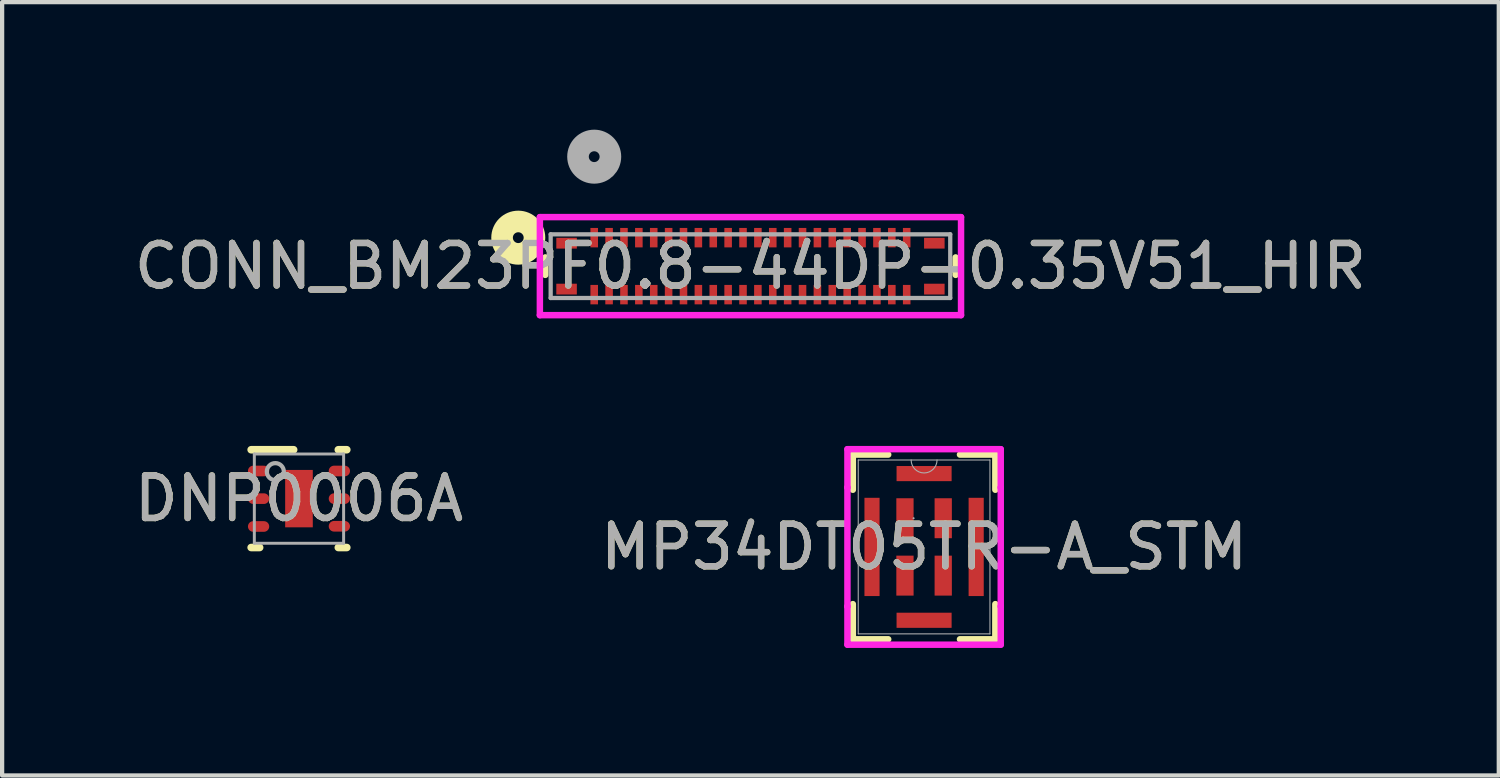
<source format=kicad_pcb>
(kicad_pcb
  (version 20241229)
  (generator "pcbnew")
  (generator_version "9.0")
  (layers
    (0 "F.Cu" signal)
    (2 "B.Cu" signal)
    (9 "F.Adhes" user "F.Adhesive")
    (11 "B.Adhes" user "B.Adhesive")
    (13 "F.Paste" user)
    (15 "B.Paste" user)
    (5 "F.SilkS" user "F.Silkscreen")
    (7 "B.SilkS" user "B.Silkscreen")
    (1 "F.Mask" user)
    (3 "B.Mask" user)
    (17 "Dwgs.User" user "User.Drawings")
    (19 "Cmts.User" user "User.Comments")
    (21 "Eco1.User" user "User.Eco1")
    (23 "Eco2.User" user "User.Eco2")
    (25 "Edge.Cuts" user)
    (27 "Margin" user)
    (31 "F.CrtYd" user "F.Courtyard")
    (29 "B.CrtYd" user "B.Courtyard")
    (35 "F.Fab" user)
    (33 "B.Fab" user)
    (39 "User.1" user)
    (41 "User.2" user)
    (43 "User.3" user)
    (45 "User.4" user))
  (footprint "DNP0006A"
    (layer "F.Cu")
    (at 3.982 8.678)
    (property "Reference" "DNP0006A" (at 0 0 0) (unlocked yes) (layer "F.SilkS") (effects (font (size 1 1) (thickness 0.15))))
    (attr smd)
    (fp_line (start -1.125 -1.15) (end -0.125 -1.15) (stroke (width 0.178) (type solid)) (layer "F.SilkS"))
    (fp_line (start -1.125 1.15) (end -0.925 1.15) (stroke (width 0.178) (type solid)) (layer "F.SilkS"))
    (fp_line (start 0.925 -1.15) (end 1.125 -1.15) (stroke (width 0.178) (type solid)) (layer "F.SilkS"))
    (fp_line (start 0.925 1.15) (end 1.125 1.15) (stroke (width 0.178) (type solid)) (layer "F.SilkS"))
    (fp_poly (pts (xy 0.31 0.625) (xy 0.31 -0.625) (xy -0.31 -0.625) (xy -0.31 0.625)) (stroke (width 0) (type solid)) (fill yes) (layer "F.Paste"))
    (fp_line (start -1.05 -1.05) (end 1.05 -1.05) (stroke (width 0.07) (type solid)) (layer "F.Fab"))
    (fp_line (start -1.05 1.05) (end -1.05 -1.05) (stroke (width 0.07) (type solid)) (layer "F.Fab"))
    (fp_line (start -1.05 1.05) (end 1.05 1.05) (stroke (width 0.07) (type solid)) (layer "F.Fab"))
    (fp_line (start 1.05 1.05) (end 1.05 -1.05) (stroke (width 0.07) (type solid)) (layer "F.Fab"))
    (fp_circle (center -0.556 -0.635) (end -0.356 -0.635) (stroke (width 0.1) (type solid)) (fill no) (layer "F.Fab"))
    (fp_text user "${REFERENCE}" (at 0 0 0) (unlocked yes) (layer "F.Fab") (effects (font (size 1 1) (thickness 0.15))))
    (pad "1" smd oval (at -0.95 -0.65 90) (size 0.25 0.5) (layers "F.Cu" "F.Mask" "F.Paste"))
    (pad "2" smd oval (at -0.95 0 90) (size 0.25 0.5) (layers "F.Cu" "F.Mask" "F.Paste"))
    (pad "3" smd oval (at -0.95 0.655 90) (size 0.25 0.5) (layers "F.Cu" "F.Mask" "F.Paste"))
    (pad "4" smd oval (at 0.95 0.65 90) (size 0.25 0.5) (layers "F.Cu" "F.Mask" "F.Paste"))
    (pad "5" smd oval (at 0.95 0 90) (size 0.25 0.5) (layers "F.Cu" "F.Mask" "F.Paste"))
    (pad "6" smd oval (at 0.95 -0.65 90) (size 0.25 0.5) (layers "F.Cu" "F.Mask" "F.Paste"))
    (pad "7" smd rect (at 0 0) (size 0.65 1.35) (layers "F.Cu" "F.Mask")))
  (footprint "CONN_BM23PF0.8-44DP-0.35V51_HIR"
    (layer "F.Cu")
    (at 14.601 3.21)
    (property "Reference" "CONN_BM23PF0.8-44DP-0.35V51_HIR" (at 0 0 0) (unlocked yes) (layer "F.SilkS") (effects (font (size 1 1) (thickness 0.15))))
    (attr smd)
    (fp_line (start -4.826 -0.205) (end -4.826 0.205) (stroke (width 0.152) (type solid)) (layer "F.SilkS"))
    (fp_line (start 4.826 0.205) (end 4.826 -0.205) (stroke (width 0.152) (type solid)) (layer "F.SilkS"))
    (fp_circle (center -5.461 -0.67) (end -5.08 -0.67) (stroke (width 0.508) (type solid)) (fill no) (layer "F.SilkS"))
    (fp_line (start -4.953 -1.153) (end -4.953 1.153) (stroke (width 0.152) (type solid)) (layer "F.CrtYd"))
    (fp_line (start -4.953 1.153) (end 4.953 1.153) (stroke (width 0.152) (type solid)) (layer "F.CrtYd"))
    (fp_line (start 4.953 -1.153) (end -4.953 -1.153) (stroke (width 0.152) (type solid)) (layer "F.CrtYd"))
    (fp_line (start 4.953 1.153) (end 4.953 -1.153) (stroke (width 0.152) (type solid)) (layer "F.CrtYd"))
    (fp_line (start -4.699 -0.749) (end -4.699 0.749) (stroke (width 0.1) (type solid)) (layer "F.Fab"))
    (fp_line (start -4.699 0.749) (end 4.699 0.749) (stroke (width 0.1) (type solid)) (layer "F.Fab"))
    (fp_line (start 4.699 -0.749) (end -4.699 -0.749) (stroke (width 0.1) (type solid)) (layer "F.Fab"))
    (fp_line (start 4.699 0.749) (end 4.699 -0.749) (stroke (width 0.1) (type solid)) (layer "F.Fab"))
    (fp_circle (center -3.675 -2.575) (end -3.294 -2.575) (stroke (width 0.508) (type solid)) (fill no) (layer "F.Fab"))
    (fp_text user "${REFERENCE}" (at 0 0 0) (unlocked yes) (layer "F.Fab") (effects (font (size 1 1) (thickness 0.15))))
    (pad "1" smd rect (at -3.675 -0.67) (size 0.178 0.457) (layers "F.Cu" "F.Mask" "F.Paste"))
    (pad "2" smd rect (at -3.675 0.67) (size 0.178 0.457) (layers "F.Cu" "F.Mask" "F.Paste"))
    (pad "3" smd rect (at -3.325 -0.67) (size 0.178 0.457) (layers "F.Cu" "F.Mask" "F.Paste"))
    (pad "4" smd rect (at -3.325 0.67) (size 0.178 0.457) (layers "F.Cu" "F.Mask" "F.Paste"))
    (pad "5" smd rect (at -2.975 -0.67) (size 0.178 0.457) (layers "F.Cu" "F.Mask" "F.Paste"))
    (pad "6" smd rect (at -2.975 0.67) (size 0.178 0.457) (layers "F.Cu" "F.Mask" "F.Paste"))
    (pad "7" smd rect (at -2.625 -0.67) (size 0.178 0.457) (layers "F.Cu" "F.Mask" "F.Paste"))
    (pad "8" smd rect (at -2.625 0.67) (size 0.178 0.457) (layers "F.Cu" "F.Mask" "F.Paste"))
    (pad "9" smd rect (at -2.275 -0.67) (size 0.178 0.457) (layers "F.Cu" "F.Mask" "F.Paste"))
    (pad "10" smd rect (at -2.275 0.67) (size 0.178 0.457) (layers "F.Cu" "F.Mask" "F.Paste"))
    (pad "11" smd rect (at -1.925 -0.67) (size 0.178 0.457) (layers "F.Cu" "F.Mask" "F.Paste"))
    (pad "12" smd rect (at -1.925 0.67) (size 0.178 0.457) (layers "F.Cu" "F.Mask" "F.Paste"))
    (pad "13" smd rect (at -1.575 -0.67) (size 0.178 0.457) (layers "F.Cu" "F.Mask" "F.Paste"))
    (pad "14" smd rect (at -1.575 0.67) (size 0.178 0.457) (layers "F.Cu" "F.Mask" "F.Paste"))
    (pad "15" smd rect (at -1.225 -0.67) (size 0.178 0.457) (layers "F.Cu" "F.Mask" "F.Paste"))
    (pad "16" smd rect (at -1.225 0.67) (size 0.178 0.457) (layers "F.Cu" "F.Mask" "F.Paste"))
    (pad "17" smd rect (at -0.875 -0.67) (size 0.178 0.457) (layers "F.Cu" "F.Mask" "F.Paste"))
    (pad "18" smd rect (at -0.875 0.67) (size 0.178 0.457) (layers "F.Cu" "F.Mask" "F.Paste"))
    (pad "19" smd rect (at -0.525 -0.67) (size 0.178 0.457) (layers "F.Cu" "F.Mask" "F.Paste"))
    (pad "20" smd rect (at -0.525 0.67) (size 0.178 0.457) (layers "F.Cu" "F.Mask" "F.Paste"))
    (pad "21" smd rect (at -0.175 -0.67) (size 0.178 0.457) (layers "F.Cu" "F.Mask" "F.Paste"))
    (pad "22" smd rect (at -0.175 0.67) (size 0.178 0.457) (layers "F.Cu" "F.Mask" "F.Paste"))
    (pad "23" smd rect (at 0.175 -0.67) (size 0.178 0.457) (layers "F.Cu" "F.Mask" "F.Paste"))
    (pad "24" smd rect (at 0.175 0.67) (size 0.178 0.457) (layers "F.Cu" "F.Mask" "F.Paste"))
    (pad "25" smd rect (at 0.525 -0.67) (size 0.178 0.457) (layers "F.Cu" "F.Mask" "F.Paste"))
    (pad "26" smd rect (at 0.525 0.67) (size 0.178 0.457) (layers "F.Cu" "F.Mask" "F.Paste"))
    (pad "27" smd rect (at 0.875 -0.67) (size 0.178 0.457) (layers "F.Cu" "F.Mask" "F.Paste"))
    (pad "28" smd rect (at 0.875 0.67) (size 0.178 0.457) (layers "F.Cu" "F.Mask" "F.Paste"))
    (pad "29" smd rect (at 1.225 -0.67) (size 0.178 0.457) (layers "F.Cu" "F.Mask" "F.Paste"))
    (pad "30" smd rect (at 1.225 0.67) (size 0.178 0.457) (layers "F.Cu" "F.Mask" "F.Paste"))
    (pad "31" smd rect (at 1.575 -0.67) (size 0.178 0.457) (layers "F.Cu" "F.Mask" "F.Paste"))
    (pad "32" smd rect (at 1.575 0.67) (size 0.178 0.457) (layers "F.Cu" "F.Mask" "F.Paste"))
    (pad "33" smd rect (at 1.925 -0.67) (size 0.178 0.457) (layers "F.Cu" "F.Mask" "F.Paste"))
    (pad "34" smd rect (at 1.925 0.67) (size 0.178 0.457) (layers "F.Cu" "F.Mask" "F.Paste"))
    (pad "35" smd rect (at 2.275 -0.67) (size 0.178 0.457) (layers "F.Cu" "F.Mask" "F.Paste"))
    (pad "36" smd rect (at 2.275 0.67) (size 0.178 0.457) (layers "F.Cu" "F.Mask" "F.Paste"))
    (pad "37" smd rect (at 2.625 -0.67) (size 0.178 0.457) (layers "F.Cu" "F.Mask" "F.Paste"))
    (pad "38" smd rect (at 2.625 0.67) (size 0.178 0.457) (layers "F.Cu" "F.Mask" "F.Paste"))
    (pad "39" smd rect (at 2.975 -0.67) (size 0.178 0.457) (layers "F.Cu" "F.Mask" "F.Paste"))
    (pad "40" smd rect (at 2.975 0.67) (size 0.178 0.457) (layers "F.Cu" "F.Mask" "F.Paste"))
    (pad "41" smd rect (at 3.325 -0.67) (size 0.178 0.457) (layers "F.Cu" "F.Mask" "F.Paste"))
    (pad "42" smd rect (at 3.325 0.67) (size 0.178 0.457) (layers "F.Cu" "F.Mask" "F.Paste"))
    (pad "43" smd rect (at 3.675 -0.67) (size 0.178 0.457) (layers "F.Cu" "F.Mask" "F.Paste"))
    (pad "44" smd rect (at 3.675 0.67) (size 0.178 0.457) (layers "F.Cu" "F.Mask" "F.Paste"))
    (pad "45" smd rect (at -4.325 -0.54) (size 0.483 0.254) (layers "F.Cu" "F.Mask" "F.Paste"))
    (pad "46" smd rect (at 4.325 -0.54) (size 0.483 0.254) (layers "F.Cu" "F.Mask" "F.Paste"))
    (pad "47" smd rect (at -4.325 0.54) (size 0.483 0.254) (layers "F.Cu" "F.Mask" "F.Paste"))
    (pad "48" smd rect (at 4.325 0.54) (size 0.483 0.254) (layers "F.Cu" "F.Mask" "F.Paste")))
  (footprint "MP34DT05TR-A_STM"
    (layer "F.Cu")
    (at 18.685 9.814)
    (property "Reference" "MP34DT05TR-A_STM" (at 0 0 0) (unlocked yes) (layer "F.SilkS") (effects (font (size 1 1) (thickness 0.15))))
    (attr smd)
    (fp_line (start -1.676 -2.172) (end -1.676 -1.345) (stroke (width 0.152) (type solid)) (layer "F.SilkS"))
    (fp_line (start -1.676 1.345) (end -1.676 2.172) (stroke (width 0.152) (type solid)) (layer "F.SilkS"))
    (fp_line (start -1.676 2.172) (end -0.844 2.172) (stroke (width 0.152) (type solid)) (layer "F.SilkS"))
    (fp_line (start -0.844 -2.172) (end -1.676 -2.172) (stroke (width 0.152) (type solid)) (layer "F.SilkS"))
    (fp_line (start 0.844 2.172) (end 1.676 2.172) (stroke (width 0.152) (type solid)) (layer "F.SilkS"))
    (fp_line (start 1.676 -2.172) (end 0.844 -2.172) (stroke (width 0.152) (type solid)) (layer "F.SilkS"))
    (fp_line (start 1.676 -1.345) (end 1.676 -2.172) (stroke (width 0.152) (type solid)) (layer "F.SilkS"))
    (fp_line (start 1.676 2.172) (end 1.676 1.345) (stroke (width 0.152) (type solid)) (layer "F.SilkS"))
    (fp_line (start -1.803 -2.299) (end 1.803 -2.299) (stroke (width 0.152) (type solid)) (layer "F.CrtYd"))
    (fp_line (start -1.803 -1.399) (end -1.803 -2.299) (stroke (width 0.152) (type solid)) (layer "F.CrtYd"))
    (fp_line (start -1.803 -1.399) (end -1.803 -1.399) (stroke (width 0.152) (type solid)) (layer "F.CrtYd"))
    (fp_line (start -1.803 1.399) (end -1.803 -1.399) (stroke (width 0.152) (type solid)) (layer "F.CrtYd"))
    (fp_line (start -1.803 1.399) (end -1.803 1.399) (stroke (width 0.152) (type solid)) (layer "F.CrtYd"))
    (fp_line (start -1.803 2.299) (end -1.803 1.399) (stroke (width 0.152) (type solid)) (layer "F.CrtYd"))
    (fp_line (start 1.803 -2.299) (end 1.803 -1.399) (stroke (width 0.152) (type solid)) (layer "F.CrtYd"))
    (fp_line (start 1.803 -1.399) (end 1.803 -1.399) (stroke (width 0.152) (type solid)) (layer "F.CrtYd"))
    (fp_line (start 1.803 -1.399) (end 1.803 1.399) (stroke (width 0.152) (type solid)) (layer "F.CrtYd"))
    (fp_line (start 1.803 1.399) (end 1.803 1.399) (stroke (width 0.152) (type solid)) (layer "F.CrtYd"))
    (fp_line (start 1.803 1.399) (end 1.803 2.299) (stroke (width 0.152) (type solid)) (layer "F.CrtYd"))
    (fp_line (start 1.803 2.299) (end -1.803 2.299) (stroke (width 0.152) (type solid)) (layer "F.CrtYd"))
    (fp_line (start -1.549 -2.045) (end -1.549 2.045) (stroke (width 0.025) (type solid)) (layer "F.Fab"))
    (fp_line (start -1.549 2.045) (end 1.549 2.045) (stroke (width 0.025) (type solid)) (layer "F.Fab"))
    (fp_line (start 1.549 -2.045) (end -1.549 -2.045) (stroke (width 0.025) (type solid)) (layer "F.Fab"))
    (fp_line (start 1.549 2.045) (end 1.549 -2.045) (stroke (width 0.025) (type solid)) (layer "F.Fab"))
    (fp_arc (start 0.3048 -2.0447) (mid 0 -1.7399) (end -0.3048 -2.0447) (stroke (width 0.0254) (type solid)) (layer "F.Fab"))
    (fp_circle (center -0.247 -0.675) (end -0.247 -0.675) (stroke (width 0.025) (type solid)) (fill no) (layer "F.Fab"))
    (fp_text user "${REFERENCE}" (at 0 0 0) (unlocked yes) (layer "F.Fab") (effects (font (size 1 1) (thickness 0.15))))
    (pad "1" smd rect (at -0.45 -0.675) (size 0.406 0.94) (layers "F.Cu" "F.Mask" "F.Paste"))
    (pad "2" smd rect (at -0.45 0.675) (size 0.406 0.94) (layers "F.Cu" "F.Mask" "F.Paste"))
    (pad "3" smd rect (at 0.45 0.675) (size 0.406 0.94) (layers "F.Cu" "F.Mask" "F.Paste"))
    (pad "4" smd rect (at 0.45 -0.675) (size 0.406 0.94) (layers "F.Cu" "F.Mask" "F.Paste"))
    (pad "5" smd rect (at 0 -1.725) (size 1.295 0.356) (layers "F.Cu" "F.Mask" "F.Paste"))
    (pad "6" smd rect (at 0 1.725) (size 1.295 0.356) (layers "F.Cu" "F.Mask" "F.Paste"))
    (pad "7" smd rect (at -1.225 0) (size 0.356 2.311) (layers "F.Cu" "F.Mask" "F.Paste"))
    (pad "8" smd rect (at 1.225 0) (size 0.356 2.311) (layers "F.Cu" "F.Mask" "F.Paste")))
  (gr_rect
    (start -3 -3)
    (end 32.202 15.189)
    (stroke (width 0.1) (type default))
    (fill no)
    (layer "Edge.Cuts")))
</source>
